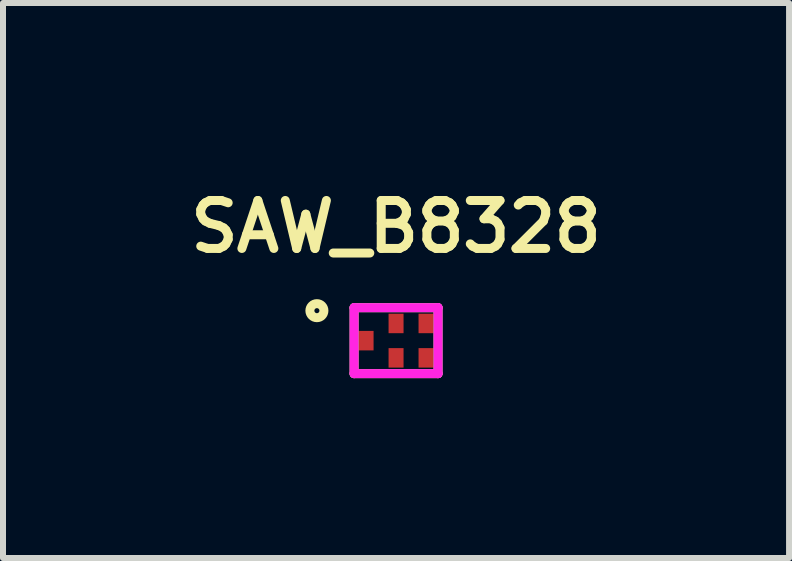
<source format=kicad_pcb>
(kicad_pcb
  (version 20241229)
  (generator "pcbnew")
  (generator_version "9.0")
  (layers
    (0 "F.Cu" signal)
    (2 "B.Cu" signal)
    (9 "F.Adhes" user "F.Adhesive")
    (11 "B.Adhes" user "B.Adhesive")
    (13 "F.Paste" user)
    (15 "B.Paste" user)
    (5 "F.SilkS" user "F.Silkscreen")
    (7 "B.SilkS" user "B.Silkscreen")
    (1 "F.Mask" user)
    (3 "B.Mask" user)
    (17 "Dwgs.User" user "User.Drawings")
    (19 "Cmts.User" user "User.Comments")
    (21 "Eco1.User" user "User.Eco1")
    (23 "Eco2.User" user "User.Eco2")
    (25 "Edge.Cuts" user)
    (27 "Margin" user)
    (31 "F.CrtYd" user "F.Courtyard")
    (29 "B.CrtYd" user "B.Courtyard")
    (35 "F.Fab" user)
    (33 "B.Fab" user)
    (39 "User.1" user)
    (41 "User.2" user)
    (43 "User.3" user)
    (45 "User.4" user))
  (footprint "SAW_B8328"
    (layer "F.Cu")
    (at 3.555 2.631)
    (property "Reference" "SAW_B8328" (at 0 -1.9 0) (layer "F.SilkS") (effects (font (size 0.8 0.8) (thickness 0.15))))
    (attr through_hole)
    (fp_line (start -0.7 -0.55) (end 0.7 -0.55) (stroke (width 0.15) (type solid)) (layer "F.SilkS"))
    (fp_line (start -0.7 0.55) (end -0.7 -0.55) (stroke (width 0.15) (type solid)) (layer "F.SilkS"))
    (fp_line (start 0.7 -0.55) (end 0.7 0.55) (stroke (width 0.15) (type solid)) (layer "F.SilkS"))
    (fp_line (start 0.7 0.55) (end -0.7 0.55) (stroke (width 0.15) (type solid)) (layer "F.SilkS"))
    (fp_circle (center -1.32 -0.5) (end -1.28 -0.39) (stroke (width 0.15) (type solid)) (fill no) (layer "F.SilkS"))
    (fp_line (start -0.7 -0.55) (end 0.7 -0.55) (stroke (width 0.15) (type solid)) (layer "F.CrtYd"))
    (fp_line (start -0.7 0.55) (end -0.7 -0.55) (stroke (width 0.15) (type solid)) (layer "F.CrtYd"))
    (fp_line (start 0.7 -0.55) (end 0.7 0.55) (stroke (width 0.15) (type solid)) (layer "F.CrtYd"))
    (fp_line (start 0.7 0.55) (end -0.7 0.55) (stroke (width 0.15) (type solid)) (layer "F.CrtYd"))
    (pad "1" smd rect (at -0.5 0) (size 0.25 0.325) (layers "F.Cu" "F.Mask" "F.Paste"))
    (pad "2" smd rect (at 0 -0.287) (size 0.25 0.325) (layers "F.Cu" "F.Mask" "F.Paste"))
    (pad "3" smd rect (at 0.5 -0.287) (size 0.25 0.325) (layers "F.Cu" "F.Mask" "F.Paste"))
    (pad "4" smd rect (at 0.5 0.287) (size 0.25 0.325) (layers "F.Cu" "F.Mask" "F.Paste"))
    (pad "5" smd rect (at 0 0.287) (size 0.25 0.325) (layers "F.Cu" "F.Mask" "F.Paste")))
  (gr_rect
    (start -3 -3)
    (end 10.109 6.256)
    (stroke (width 0.1) (type default))
    (fill no)
    (layer "Edge.Cuts")))
</source>
